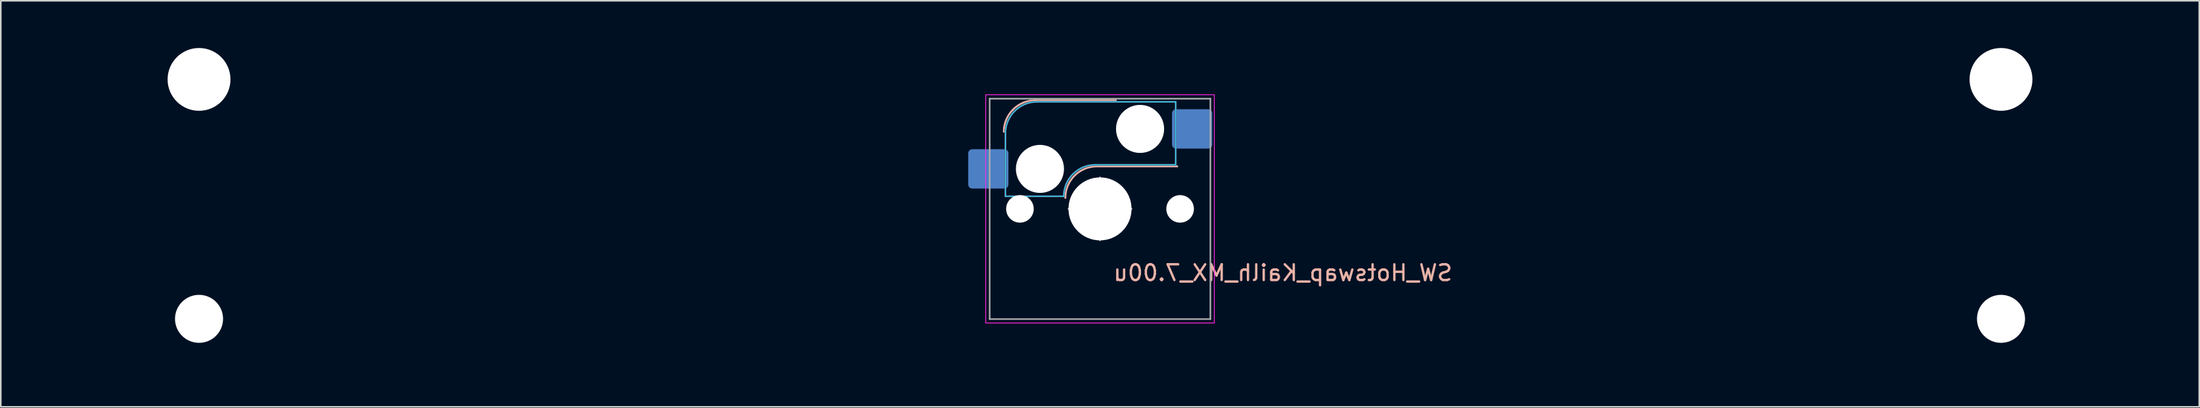
<source format=kicad_pcb>
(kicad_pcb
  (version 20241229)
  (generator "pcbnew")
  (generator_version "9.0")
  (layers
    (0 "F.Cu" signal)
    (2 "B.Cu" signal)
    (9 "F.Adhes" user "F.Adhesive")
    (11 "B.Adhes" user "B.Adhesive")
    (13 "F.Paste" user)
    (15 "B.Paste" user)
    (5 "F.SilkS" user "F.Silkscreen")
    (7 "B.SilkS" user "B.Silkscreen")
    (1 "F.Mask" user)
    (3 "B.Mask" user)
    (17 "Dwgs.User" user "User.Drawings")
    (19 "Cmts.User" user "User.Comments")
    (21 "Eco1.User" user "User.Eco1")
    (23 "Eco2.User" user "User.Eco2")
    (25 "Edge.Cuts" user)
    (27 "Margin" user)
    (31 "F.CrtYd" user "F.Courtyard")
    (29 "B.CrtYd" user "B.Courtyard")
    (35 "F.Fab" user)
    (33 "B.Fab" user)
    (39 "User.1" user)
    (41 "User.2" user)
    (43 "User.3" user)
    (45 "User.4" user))
  (footprint "SW_Hotswap_Kailh_MX_7.00u"
    (layer "F.Cu")
    (at 66.725 10.219)
    (property "Reference" "SW_Hotswap_Kailh_MX_7.00u" (at 0.762 4.064 0) (layer "B.SilkS") (effects (font (size 1 1) (thickness 0.15)) (justify right mirror)))
    (attr smd)
    (fp_line (start -4.1 -6.9) (end 1 -6.9) (stroke (width 0.12) (type solid)) (layer "B.SilkS"))
    (fp_line (start -0.2 -2.7) (end 4.9 -2.7) (stroke (width 0.12) (type solid)) (layer "B.SilkS"))
    (fp_arc (start -6.1 -4.9) (mid -5.514214 -6.314214) (end -4.1 -6.9) (stroke (width 0.12) (type solid)) (layer "B.SilkS"))
    (fp_arc (start -2.2 -0.7) (mid -1.614214 -2.114214) (end -0.2 -2.7) (stroke (width 0.12) (type solid)) (layer "B.SilkS"))
    (fp_line (start 0 -2) (end 0 2) (stroke (width 0.1) (type solid)) (layer "Dwgs.User"))
    (fp_line (start 2 0) (end -2 0) (stroke (width 0.1) (type solid)) (layer "Dwgs.User"))
    (fp_line (start -60.525 -6.77) (end -60.525 5.53) (stroke (width 0.1) (type solid)) (layer "Eco1.User"))
    (fp_line (start -60.525 5.53) (end -53.775 5.53) (stroke (width 0.1) (type solid)) (layer "Eco1.User"))
    (fp_line (start -53.775 -6.77) (end -60.525 -6.77) (stroke (width 0.1) (type solid)) (layer "Eco1.User"))
    (fp_line (start -53.775 5.53) (end -53.775 -6.77) (stroke (width 0.1) (type solid)) (layer "Eco1.User"))
    (fp_line (start -7.8 -6) (end -7 -6) (stroke (width 0.1) (type solid)) (layer "Eco1.User"))
    (fp_line (start -7.8 -2.9) (end -7.8 -6) (stroke (width 0.1) (type solid)) (layer "Eco1.User"))
    (fp_line (start -7.8 2.9) (end -7 2.9) (stroke (width 0.1) (type solid)) (layer "Eco1.User"))
    (fp_line (start -7.8 6) (end -7.8 2.9) (stroke (width 0.1) (type solid)) (layer "Eco1.User"))
    (fp_line (start -7 -7) (end 7 -7) (stroke (width 0.1) (type solid)) (layer "Eco1.User"))
    (fp_line (start -7 -6) (end -7 -7) (stroke (width 0.1) (type solid)) (layer "Eco1.User"))
    (fp_line (start -7 -2.9) (end -7.8 -2.9) (stroke (width 0.1) (type solid)) (layer "Eco1.User"))
    (fp_line (start -7 2.9) (end -7 -2.9) (stroke (width 0.1) (type solid)) (layer "Eco1.User"))
    (fp_line (start -7 6) (end -7.8 6) (stroke (width 0.1) (type solid)) (layer "Eco1.User"))
    (fp_line (start -7 7) (end -7 6) (stroke (width 0.1) (type solid)) (layer "Eco1.User"))
    (fp_line (start 7 -7) (end 7 -6) (stroke (width 0.1) (type solid)) (layer "Eco1.User"))
    (fp_line (start 7 -6) (end 7.8 -6) (stroke (width 0.1) (type solid)) (layer "Eco1.User"))
    (fp_line (start 7 -2.9) (end 7 2.9) (stroke (width 0.1) (type solid)) (layer "Eco1.User"))
    (fp_line (start 7 2.9) (end 7.8 2.9) (stroke (width 0.1) (type solid)) (layer "Eco1.User"))
    (fp_line (start 7 6) (end 7 7) (stroke (width 0.1) (type solid)) (layer "Eco1.User"))
    (fp_line (start 7 7) (end -7 7) (stroke (width 0.1) (type solid)) (layer "Eco1.User"))
    (fp_line (start 7.8 -6) (end 7.8 -2.9) (stroke (width 0.1) (type solid)) (layer "Eco1.User"))
    (fp_line (start 7.8 -2.9) (end 7 -2.9) (stroke (width 0.1) (type solid)) (layer "Eco1.User"))
    (fp_line (start 7.8 2.9) (end 7.8 6) (stroke (width 0.1) (type solid)) (layer "Eco1.User"))
    (fp_line (start 7.8 6) (end 7 6) (stroke (width 0.1) (type solid)) (layer "Eco1.User"))
    (fp_line (start 53.775 -6.77) (end 53.775 5.53) (stroke (width 0.1) (type solid)) (layer "Eco1.User"))
    (fp_line (start 53.775 5.53) (end 60.525 5.53) (stroke (width 0.1) (type solid)) (layer "Eco1.User"))
    (fp_line (start 60.525 -6.77) (end 53.775 -6.77) (stroke (width 0.1) (type solid)) (layer "Eco1.User"))
    (fp_line (start 60.525 5.53) (end 60.525 -6.77) (stroke (width 0.1) (type solid)) (layer "Eco1.User"))
    (fp_line (start -66.675 -9.525) (end -66.675 9.525) (stroke (width 0.1) (type solid)) (layer "Eco2.User"))
    (fp_line (start -66.675 9.525) (end 66.675 9.525) (stroke (width 0.1) (type solid)) (layer "Eco2.User"))
    (fp_line (start 66.675 -9.525) (end -66.675 -9.525) (stroke (width 0.1) (type solid)) (layer "Eco2.User"))
    (fp_line (start 66.675 9.525) (end 66.675 -9.525) (stroke (width 0.1) (type solid)) (layer "Eco2.User"))
    (fp_line (start -6 -0.8) (end -6 -4.8) (stroke (width 0.05) (type solid)) (layer "B.CrtYd"))
    (fp_line (start -6 -0.8) (end -2.3 -0.8) (stroke (width 0.05) (type solid)) (layer "B.CrtYd"))
    (fp_line (start -4 -6.8) (end 4.8 -6.8) (stroke (width 0.05) (type solid)) (layer "B.CrtYd"))
    (fp_line (start -0.3 -2.8) (end 4.8 -2.8) (stroke (width 0.05) (type solid)) (layer "B.CrtYd"))
    (fp_line (start 4.8 -6.8) (end 4.8 -2.8) (stroke (width 0.05) (type solid)) (layer "B.CrtYd"))
    (fp_arc (start -6 -4.8) (mid -5.414214 -6.214214) (end -4 -6.8) (stroke (width 0.05) (type solid)) (layer "B.CrtYd"))
    (fp_arc (start -2.3 -0.8) (mid -1.714214 -2.214214) (end -0.3 -2.8) (stroke (width 0.05) (type solid)) (layer "B.CrtYd"))
    (fp_line (start -7.25 -7.25) (end -7.25 7.25) (stroke (width 0.05) (type solid)) (layer "F.CrtYd"))
    (fp_line (start -7.25 7.25) (end 7.25 7.25) (stroke (width 0.05) (type solid)) (layer "F.CrtYd"))
    (fp_line (start 7.25 -7.25) (end -7.25 -7.25) (stroke (width 0.05) (type solid)) (layer "F.CrtYd"))
    (fp_line (start 7.25 7.25) (end 7.25 -7.25) (stroke (width 0.05) (type solid)) (layer "F.CrtYd"))
    (fp_line (start -6 -0.8) (end -6 -4.8) (stroke (width 0.12) (type solid)) (layer "B.Fab"))
    (fp_line (start -6 -0.8) (end -2.3 -0.8) (stroke (width 0.12) (type solid)) (layer "B.Fab"))
    (fp_line (start -4 -6.8) (end 4.8 -6.8) (stroke (width 0.12) (type solid)) (layer "B.Fab"))
    (fp_line (start -0.3 -2.8) (end 4.8 -2.8) (stroke (width 0.12) (type solid)) (layer "B.Fab"))
    (fp_line (start 4.8 -6.8) (end 4.8 -2.8) (stroke (width 0.12) (type solid)) (layer "B.Fab"))
    (fp_arc (start -6 -4.8) (mid -5.414214 -6.214214) (end -4 -6.8) (stroke (width 0.12) (type solid)) (layer "B.Fab"))
    (fp_arc (start -2.3 -0.8) (mid -1.714214 -2.214214) (end -0.3 -2.8) (stroke (width 0.12) (type solid)) (layer "B.Fab"))
    (fp_line (start -7 -7) (end -7 7) (stroke (width 0.1) (type solid)) (layer "F.Fab"))
    (fp_line (start -7 7) (end 7 7) (stroke (width 0.1) (type solid)) (layer "F.Fab"))
    (fp_line (start 7 -7) (end -7 -7) (stroke (width 0.1) (type solid)) (layer "F.Fab"))
    (fp_line (start 7 7) (end 7 -7) (stroke (width 0.1) (type solid)) (layer "F.Fab"))
    (pad "" np_thru_hole circle (at -57.15 -8.225 180) (size 3.988 3.988) (drill 3.988) (layers "*.Cu" "*.Mask"))
    (pad "" np_thru_hole circle (at -57.15 6.985 180) (size 3.048 3.048) (drill 3.048) (layers "*.Cu" "*.Mask"))
    (pad "" np_thru_hole circle (at -5.08 0) (size 1.75 1.75) (drill 1.75) (layers "*.Cu" "*.Mask"))
    (pad "" np_thru_hole circle (at -3.81 -2.54) (size 3.05 3.05) (drill 3.05) (layers "*.Cu" "*.Mask"))
    (pad "" np_thru_hole circle (at 0 0) (size 4 4) (drill 4) (layers "*.Cu" "*.Mask"))
    (pad "" np_thru_hole circle (at 2.54 -5.08) (size 3.05 3.05) (drill 3.05) (layers "*.Cu" "*.Mask"))
    (pad "" np_thru_hole circle (at 5.08 0) (size 1.75 1.75) (drill 1.75) (layers "*.Cu" "*.Mask"))
    (pad "" np_thru_hole circle (at 57.15 -8.225 180) (size 3.988 3.988) (drill 3.988) (layers "*.Cu" "*.Mask"))
    (pad "" np_thru_hole circle (at 57.15 6.985 180) (size 3.048 3.048) (drill 3.048) (layers "*.Cu" "*.Mask"))
    (pad "1" smd roundrect (at -7.085 -2.54) (size 2.55 2.5) (layers "B.Cu" "B.Mask" "B.Paste") (roundrect_rratio 0.1))
    (pad "2" smd roundrect (at 5.842 -5.08) (size 2.55 2.5) (layers "B.Cu" "B.Mask" "B.Paste") (roundrect_rratio 0.1)))
  (gr_rect
    (start -3 -3)
    (end 136.45 22.794)
    (stroke (width 0.1) (type default))
    (fill no)
    (layer "Edge.Cuts")))
</source>
